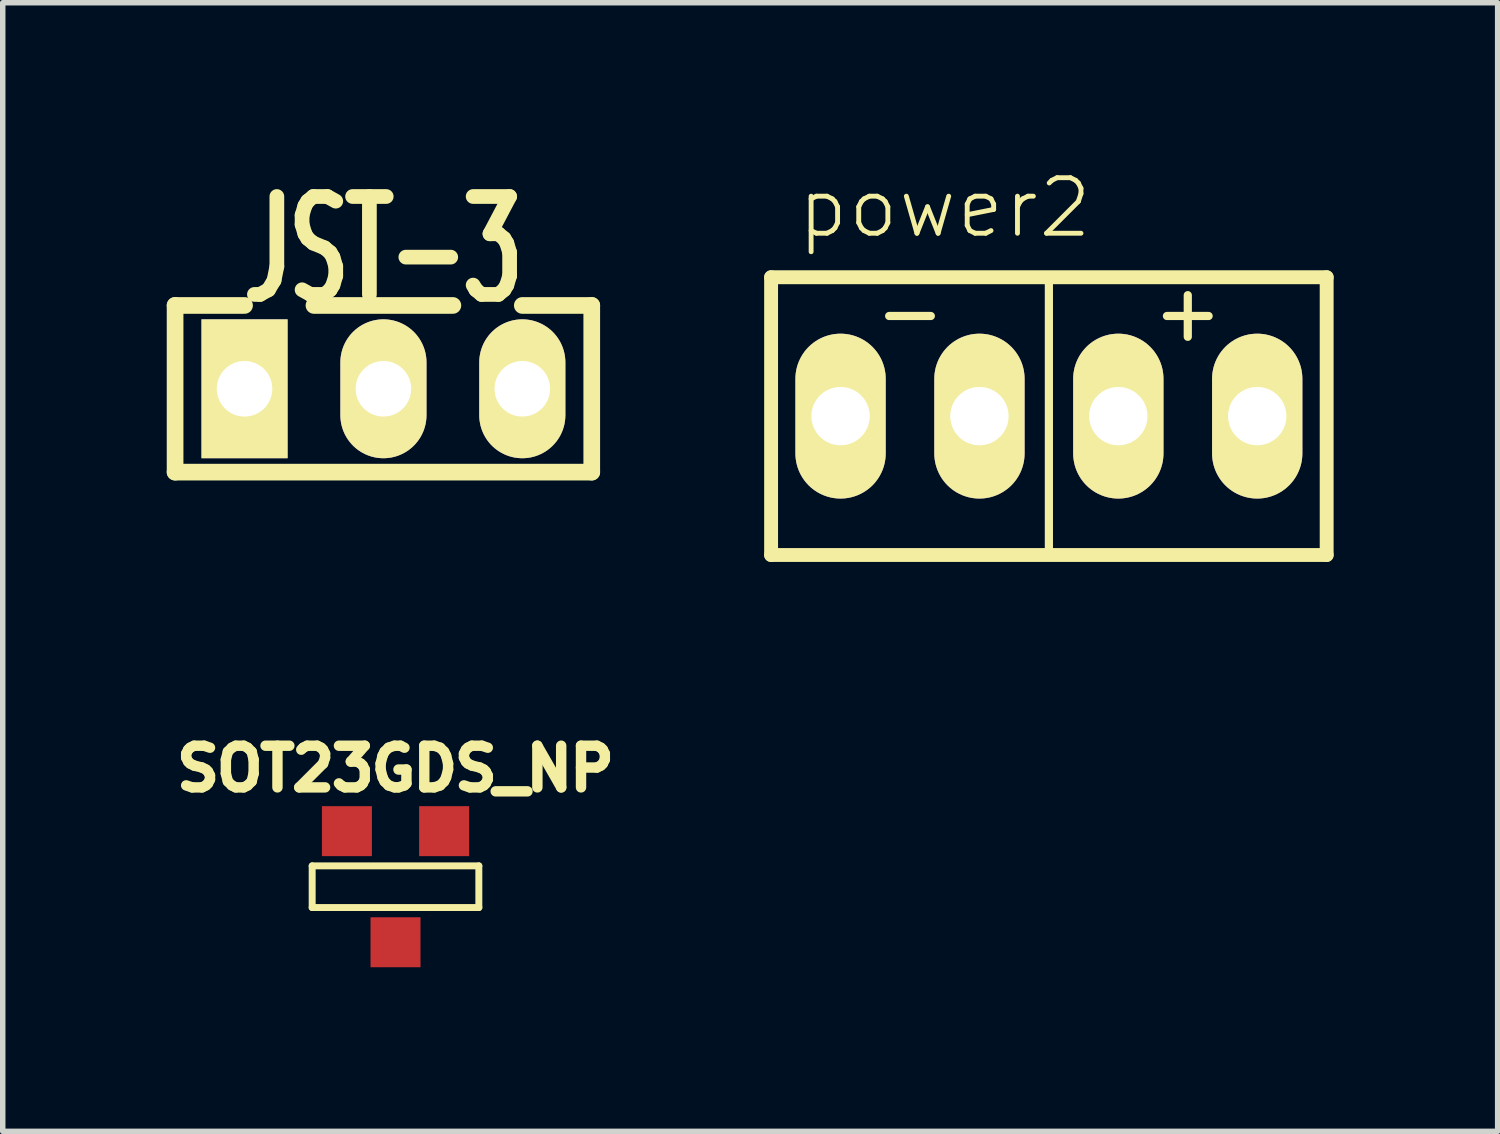
<source format=kicad_pcb>
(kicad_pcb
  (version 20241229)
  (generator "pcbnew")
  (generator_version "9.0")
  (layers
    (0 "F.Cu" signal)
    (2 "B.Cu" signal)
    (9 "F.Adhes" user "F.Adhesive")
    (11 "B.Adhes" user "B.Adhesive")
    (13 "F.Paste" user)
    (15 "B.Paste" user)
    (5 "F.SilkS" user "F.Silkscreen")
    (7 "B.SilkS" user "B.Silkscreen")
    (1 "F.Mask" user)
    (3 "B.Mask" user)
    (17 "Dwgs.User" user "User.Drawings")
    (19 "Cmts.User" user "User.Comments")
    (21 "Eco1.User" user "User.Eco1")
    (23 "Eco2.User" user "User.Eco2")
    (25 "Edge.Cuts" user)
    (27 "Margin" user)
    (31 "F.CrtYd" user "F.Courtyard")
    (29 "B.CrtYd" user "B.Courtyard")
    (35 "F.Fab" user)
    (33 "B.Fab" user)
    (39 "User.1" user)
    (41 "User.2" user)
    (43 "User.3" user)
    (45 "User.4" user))
  (footprint "power2"
    (layer "F.Cu")
    (at 16.132 4.56)
    (property "Reference" "power2" (at -1.905 -3.81 0) (layer "F.SilkS") (effects (font (size 1.016 1.016) (thickness 0.089))))
    (attr exclude_from_pos_files exclude_from_bom)
    (fp_line (start -5.08 -2.54) (end -5.08 2.54) (stroke (width 0.254) (type solid)) (layer "F.SilkS"))
    (fp_line (start -5.08 -2.54) (end 5.08 -2.54) (stroke (width 0.254) (type solid)) (layer "F.SilkS"))
    (fp_line (start 0 -2.54) (end 0 2.54) (stroke (width 0.15) (type solid)) (layer "F.SilkS"))
    (fp_line (start 5.08 -2.54) (end 5.08 2.54) (stroke (width 0.254) (type solid)) (layer "F.SilkS"))
    (fp_line (start 5.08 2.54) (end -5.08 2.54) (stroke (width 0.254) (type solid)) (layer "F.SilkS"))
    (fp_text user "+" (at 2.54 -1.905 0) (layer "F.SilkS") (effects (font (size 1 1) (thickness 0.15))))
    (fp_text user "-" (at -2.54 -1.905 0) (layer "F.SilkS") (effects (font (size 1 1) (thickness 0.15))))
    (pad "1" thru_hole oval (at -3.81 0) (size 1.651 3.015) (drill 1.067) (layers "*.Cu" "*.Mask" "F.SilkS" "F.Paste"))
    (pad "1" thru_hole oval (at -1.27 0) (size 1.651 3.015) (drill 1.067) (layers "*.Cu" "*.Mask" "F.SilkS" "F.Paste"))
    (pad "2" thru_hole oval (at 1.27 0) (size 1.651 3.015) (drill 1.067) (layers "*.Cu" "*.Mask" "F.SilkS" "F.Paste"))
    (pad "2" thru_hole oval (at 3.81 0) (size 1.651 3.015) (drill 1.067) (layers "*.Cu" "*.Mask" "F.SilkS" "F.Paste")))
  (footprint "JST-3"
    (layer "F.Cu")
    (at 3.962 4.06)
    (property "Reference" "JST-3" (at 0 -2.54 0) (layer "F.SilkS") (effects (font (size 1.791 1.077) (thickness 0.269))))
    (attr through_hole)
    (fp_line (start -3.81 -1.524) (end -2.54 -1.524) (stroke (width 0.305) (type solid)) (layer "F.SilkS"))
    (fp_line (start -3.81 1.524) (end -3.81 -1.524) (stroke (width 0.305) (type solid)) (layer "F.SilkS"))
    (fp_line (start -1.27 -1.524) (end 1.27 -1.524) (stroke (width 0.305) (type solid)) (layer "F.SilkS"))
    (fp_line (start 2.54 -1.524) (end 3.81 -1.524) (stroke (width 0.305) (type solid)) (layer "F.SilkS"))
    (fp_line (start 3.81 -1.524) (end 3.81 1.524) (stroke (width 0.305) (type solid)) (layer "F.SilkS"))
    (fp_line (start 3.81 1.524) (end -3.81 1.524) (stroke (width 0.305) (type solid)) (layer "F.SilkS"))
    (pad "1" thru_hole rect (at -2.54 0) (size 1.575 2.54) (drill 1.016) (layers "*.Cu" "*.Mask" "F.SilkS"))
    (pad "2" thru_hole oval (at 0 0) (size 1.575 2.54) (drill 1.016) (layers "*.Cu" "*.Mask" "F.SilkS"))
    (pad "3" thru_hole oval (at 2.54 0) (size 1.575 2.54) (drill 1.016) (layers "*.Cu" "*.Mask" "F.SilkS")))
  (footprint "SOT23GDS_NP"
    (layer "F.Cu")
    (at 4.183 13.166)
    (property "Reference" "SOT23GDS_NP" (at 0 -2.159 0) (layer "F.SilkS") (effects (font (size 0.762 0.762) (thickness 0.191))))
    (attr smd)
    (fp_line (start -1.524 -0.381) (end 1.524 -0.381) (stroke (width 0.127) (type solid)) (layer "F.SilkS"))
    (fp_line (start -1.524 0.381) (end -1.524 -0.381) (stroke (width 0.127) (type solid)) (layer "F.SilkS"))
    (fp_line (start 1.524 -0.381) (end 1.524 0.381) (stroke (width 0.127) (type solid)) (layer "F.SilkS"))
    (fp_line (start 1.524 0.381) (end -1.524 0.381) (stroke (width 0.127) (type solid)) (layer "F.SilkS"))
    (pad "D" smd rect (at 0 1.016) (size 0.914 0.914) (layers "F.Cu" "F.Mask" "F.Paste"))
    (pad "G" smd rect (at 0.889 -1.016) (size 0.914 0.914) (layers "F.Cu" "F.Mask" "F.Paste"))
    (pad "S" smd rect (at -0.889 -1.016) (size 0.914 0.914) (layers "F.Cu" "F.Mask" "F.Paste")))
  (gr_rect
    (start -3 -3)
    (end 24.339 17.64)
    (stroke (width 0.1) (type default))
    (fill no)
    (layer "Edge.Cuts")))
</source>
